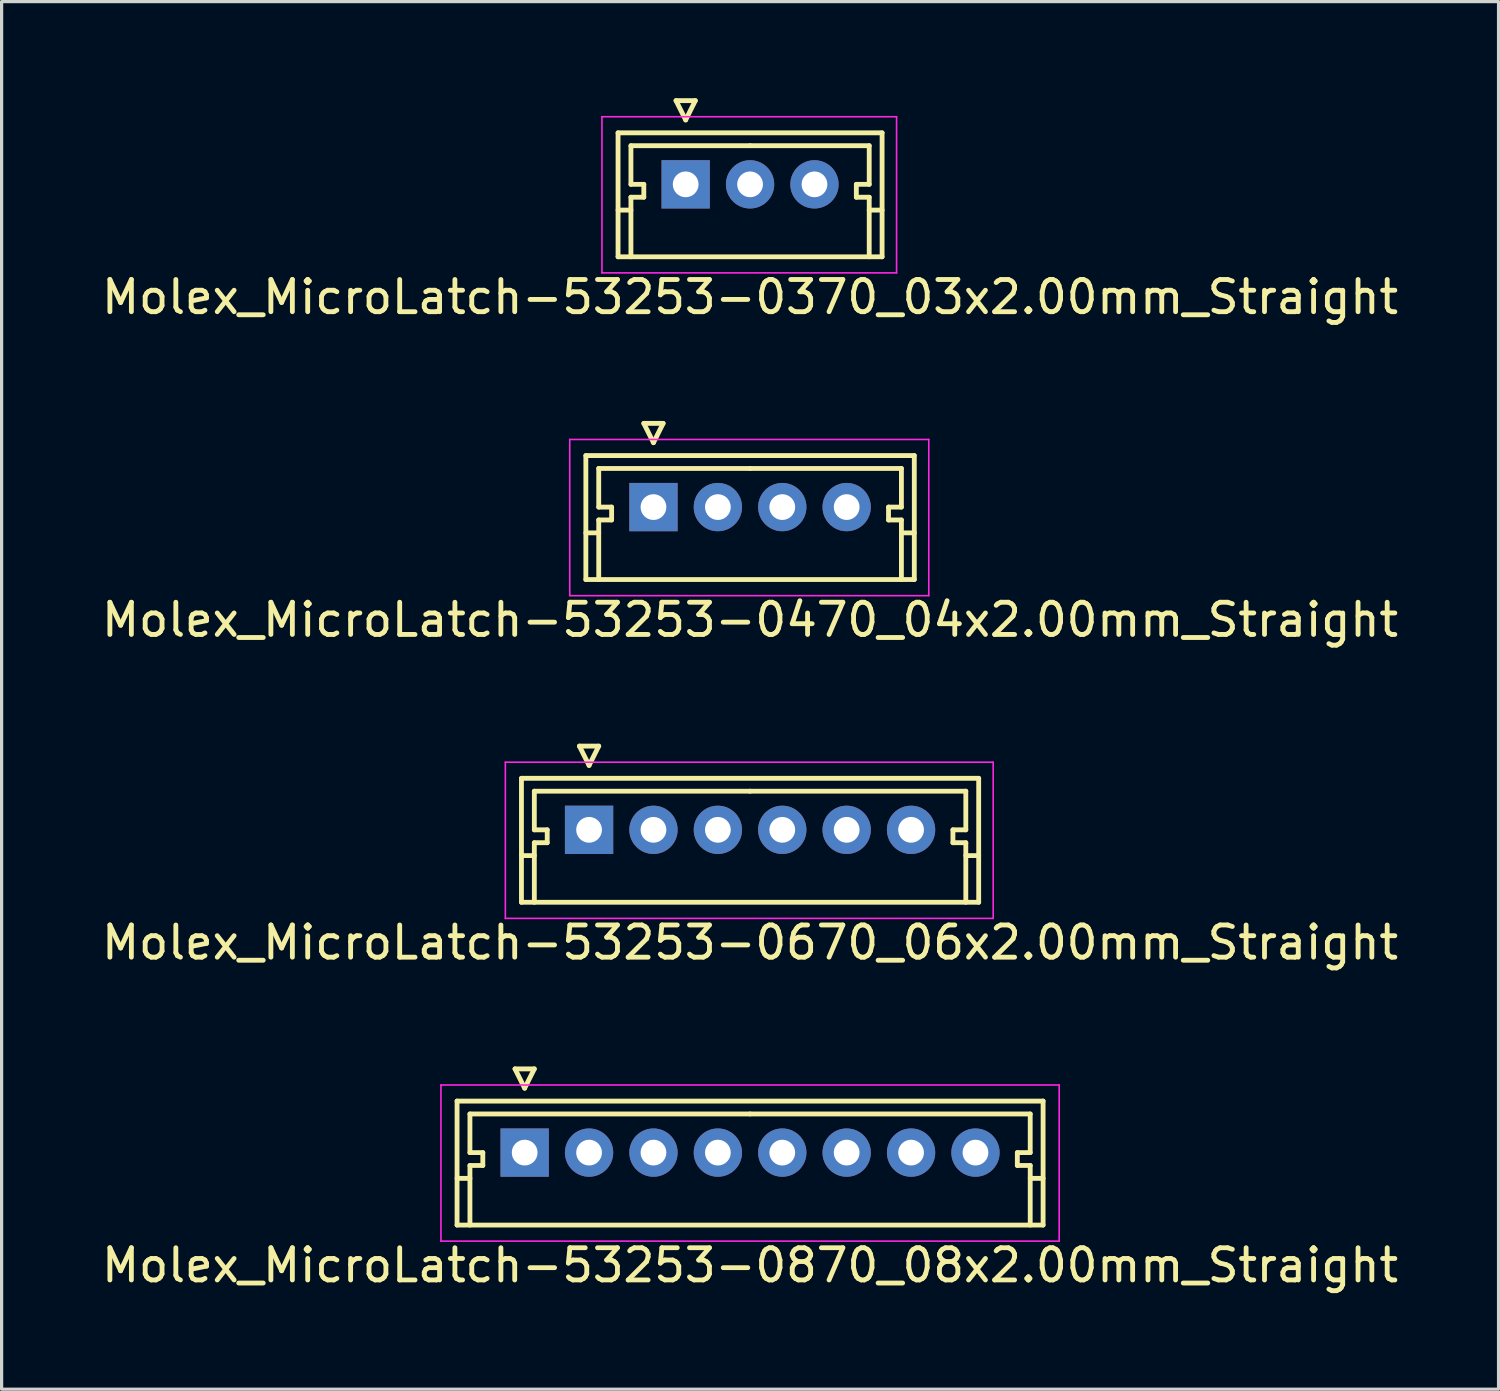
<source format=kicad_pcb>
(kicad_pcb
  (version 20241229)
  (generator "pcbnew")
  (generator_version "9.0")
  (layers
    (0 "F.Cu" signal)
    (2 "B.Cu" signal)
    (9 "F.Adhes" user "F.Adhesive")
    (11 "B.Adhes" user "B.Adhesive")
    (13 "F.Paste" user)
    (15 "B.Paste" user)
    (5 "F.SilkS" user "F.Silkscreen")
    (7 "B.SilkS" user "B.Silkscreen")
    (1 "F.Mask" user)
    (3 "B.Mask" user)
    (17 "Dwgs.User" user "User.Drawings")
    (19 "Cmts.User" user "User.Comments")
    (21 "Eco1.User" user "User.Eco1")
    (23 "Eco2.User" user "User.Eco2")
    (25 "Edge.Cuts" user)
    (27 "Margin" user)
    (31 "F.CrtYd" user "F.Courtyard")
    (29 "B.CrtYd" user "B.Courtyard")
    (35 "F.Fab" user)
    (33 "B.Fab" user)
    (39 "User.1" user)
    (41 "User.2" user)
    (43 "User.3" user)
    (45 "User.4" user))
  (footprint "Molex_MicroLatch-53253-0870_08x2.00mm_Straight"
    (layer "F.Cu")
    (at 13.244 32.745)
    (property "Reference" "Molex_MicroLatch-53253-0870_08x2.00mm_Straight" (at 7 3.5 0) (layer "F.SilkS") (effects (font (size 1 1) (thickness 0.15))))
    (attr through_hole)
    (fp_line (start -2.1 -1.6) (end -2.1 2.25) (stroke (width 0.15) (type solid)) (layer "F.SilkS"))
    (fp_line (start -2.1 0.8) (end -1.7 0.8) (stroke (width 0.15) (type solid)) (layer "F.SilkS"))
    (fp_line (start -2.1 2.25) (end 16.1 2.25) (stroke (width 0.15) (type solid)) (layer "F.SilkS"))
    (fp_line (start -1.7 -1.2) (end -1.7 0) (stroke (width 0.15) (type solid)) (layer "F.SilkS"))
    (fp_line (start -1.7 0) (end -1.3 0) (stroke (width 0.15) (type solid)) (layer "F.SilkS"))
    (fp_line (start -1.7 0.4) (end -1.7 2.25) (stroke (width 0.15) (type solid)) (layer "F.SilkS"))
    (fp_line (start -1.3 0) (end -1.3 0.4) (stroke (width 0.15) (type solid)) (layer "F.SilkS"))
    (fp_line (start -1.3 0.4) (end -1.7 0.4) (stroke (width 0.15) (type solid)) (layer "F.SilkS"))
    (fp_line (start -0.3 -2.6) (end 0.3 -2.6) (stroke (width 0.15) (type solid)) (layer "F.SilkS"))
    (fp_line (start 0 -2) (end -0.3 -2.6) (stroke (width 0.15) (type solid)) (layer "F.SilkS"))
    (fp_line (start 0.3 -2.6) (end 0 -2) (stroke (width 0.15) (type solid)) (layer "F.SilkS"))
    (fp_line (start 7 -1.2) (end -1.7 -1.2) (stroke (width 0.15) (type solid)) (layer "F.SilkS"))
    (fp_line (start 7 -1.2) (end 15.7 -1.2) (stroke (width 0.15) (type solid)) (layer "F.SilkS"))
    (fp_line (start 15.3 0) (end 15.3 0.4) (stroke (width 0.15) (type solid)) (layer "F.SilkS"))
    (fp_line (start 15.3 0.4) (end 15.7 0.4) (stroke (width 0.15) (type solid)) (layer "F.SilkS"))
    (fp_line (start 15.7 -1.2) (end 15.7 0) (stroke (width 0.15) (type solid)) (layer "F.SilkS"))
    (fp_line (start 15.7 0) (end 15.3 0) (stroke (width 0.15) (type solid)) (layer "F.SilkS"))
    (fp_line (start 15.7 0.4) (end 15.7 2.25) (stroke (width 0.15) (type solid)) (layer "F.SilkS"))
    (fp_line (start 16.1 -1.6) (end -2.1 -1.6) (stroke (width 0.15) (type solid)) (layer "F.SilkS"))
    (fp_line (start 16.1 0.8) (end 15.7 0.8) (stroke (width 0.15) (type solid)) (layer "F.SilkS"))
    (fp_line (start 16.1 2.25) (end 16.1 -1.6) (stroke (width 0.15) (type solid)) (layer "F.SilkS"))
    (fp_line (start -2.6 -2.1) (end -2.6 2.75) (stroke (width 0.05) (type solid)) (layer "F.CrtYd"))
    (fp_line (start -2.6 2.75) (end 16.6 2.75) (stroke (width 0.05) (type solid)) (layer "F.CrtYd"))
    (fp_line (start 16.6 -2.1) (end -2.6 -2.1) (stroke (width 0.05) (type solid)) (layer "F.CrtYd"))
    (fp_line (start 16.6 2.75) (end 16.6 -2.1) (stroke (width 0.05) (type solid)) (layer "F.CrtYd"))
    (pad "1" thru_hole rect (at 0 0) (size 1.5 1.5) (drill 0.8) (layers "*.Cu" "*.Mask"))
    (pad "2" thru_hole circle (at 2 0) (size 1.5 1.5) (drill 0.8) (layers "*.Cu" "*.Mask"))
    (pad "3" thru_hole circle (at 4 0) (size 1.5 1.5) (drill 0.8) (layers "*.Cu" "*.Mask"))
    (pad "4" thru_hole circle (at 6 0) (size 1.5 1.5) (drill 0.8) (layers "*.Cu" "*.Mask"))
    (pad "5" thru_hole circle (at 8 0) (size 1.5 1.5) (drill 0.8) (layers "*.Cu" "*.Mask"))
    (pad "6" thru_hole circle (at 10 0) (size 1.5 1.5) (drill 0.8) (layers "*.Cu" "*.Mask"))
    (pad "7" thru_hole circle (at 12 0) (size 1.5 1.5) (drill 0.8) (layers "*.Cu" "*.Mask"))
    (pad "8" thru_hole circle (at 14 0) (size 1.5 1.5) (drill 0.8) (layers "*.Cu" "*.Mask")))
  (footprint "Molex_MicroLatch-53253-0370_03x2.00mm_Straight"
    (layer "F.Cu")
    (at 18.244 2.675)
    (property "Reference" "Molex_MicroLatch-53253-0370_03x2.00mm_Straight" (at 2 3.5 0) (layer "F.SilkS") (effects (font (size 1 1) (thickness 0.15))))
    (attr through_hole)
    (fp_line (start -2.1 -1.6) (end -2.1 2.25) (stroke (width 0.15) (type solid)) (layer "F.SilkS"))
    (fp_line (start -2.1 0.8) (end -1.7 0.8) (stroke (width 0.15) (type solid)) (layer "F.SilkS"))
    (fp_line (start -2.1 2.25) (end 6.1 2.25) (stroke (width 0.15) (type solid)) (layer "F.SilkS"))
    (fp_line (start -1.7 -1.2) (end -1.7 0) (stroke (width 0.15) (type solid)) (layer "F.SilkS"))
    (fp_line (start -1.7 0) (end -1.3 0) (stroke (width 0.15) (type solid)) (layer "F.SilkS"))
    (fp_line (start -1.7 0.4) (end -1.7 2.25) (stroke (width 0.15) (type solid)) (layer "F.SilkS"))
    (fp_line (start -1.3 0) (end -1.3 0.4) (stroke (width 0.15) (type solid)) (layer "F.SilkS"))
    (fp_line (start -1.3 0.4) (end -1.7 0.4) (stroke (width 0.15) (type solid)) (layer "F.SilkS"))
    (fp_line (start -0.3 -2.6) (end 0.3 -2.6) (stroke (width 0.15) (type solid)) (layer "F.SilkS"))
    (fp_line (start 0 -2) (end -0.3 -2.6) (stroke (width 0.15) (type solid)) (layer "F.SilkS"))
    (fp_line (start 0.3 -2.6) (end 0 -2) (stroke (width 0.15) (type solid)) (layer "F.SilkS"))
    (fp_line (start 2 -1.2) (end -1.7 -1.2) (stroke (width 0.15) (type solid)) (layer "F.SilkS"))
    (fp_line (start 2 -1.2) (end 5.7 -1.2) (stroke (width 0.15) (type solid)) (layer "F.SilkS"))
    (fp_line (start 5.3 0) (end 5.3 0.4) (stroke (width 0.15) (type solid)) (layer "F.SilkS"))
    (fp_line (start 5.3 0.4) (end 5.7 0.4) (stroke (width 0.15) (type solid)) (layer "F.SilkS"))
    (fp_line (start 5.7 -1.2) (end 5.7 0) (stroke (width 0.15) (type solid)) (layer "F.SilkS"))
    (fp_line (start 5.7 0) (end 5.3 0) (stroke (width 0.15) (type solid)) (layer "F.SilkS"))
    (fp_line (start 5.7 0.4) (end 5.7 2.25) (stroke (width 0.15) (type solid)) (layer "F.SilkS"))
    (fp_line (start 6.1 -1.6) (end -2.1 -1.6) (stroke (width 0.15) (type solid)) (layer "F.SilkS"))
    (fp_line (start 6.1 0.8) (end 5.7 0.8) (stroke (width 0.15) (type solid)) (layer "F.SilkS"))
    (fp_line (start 6.1 2.25) (end 6.1 -1.6) (stroke (width 0.15) (type solid)) (layer "F.SilkS"))
    (fp_line (start -2.6 -2.1) (end -2.6 2.75) (stroke (width 0.05) (type solid)) (layer "F.CrtYd"))
    (fp_line (start -2.6 2.75) (end 6.55 2.75) (stroke (width 0.05) (type solid)) (layer "F.CrtYd"))
    (fp_line (start 6.55 -2.1) (end -2.6 -2.1) (stroke (width 0.05) (type solid)) (layer "F.CrtYd"))
    (fp_line (start 6.55 2.75) (end 6.55 -2.1) (stroke (width 0.05) (type solid)) (layer "F.CrtYd"))
    (pad "1" thru_hole rect (at 0 0) (size 1.5 1.5) (drill 0.8) (layers "*.Cu" "*.Mask"))
    (pad "2" thru_hole circle (at 2 0) (size 1.5 1.5) (drill 0.8) (layers "*.Cu" "*.Mask"))
    (pad "3" thru_hole circle (at 4 0) (size 1.5 1.5) (drill 0.8) (layers "*.Cu" "*.Mask")))
  (footprint "Molex_MicroLatch-53253-0470_04x2.00mm_Straight"
    (layer "F.Cu")
    (at 17.244 12.698)
    (property "Reference" "Molex_MicroLatch-53253-0470_04x2.00mm_Straight" (at 3 3.5 0) (layer "F.SilkS") (effects (font (size 1 1) (thickness 0.15))))
    (attr through_hole)
    (fp_line (start -2.1 -1.6) (end -2.1 2.25) (stroke (width 0.15) (type solid)) (layer "F.SilkS"))
    (fp_line (start -2.1 0.8) (end -1.7 0.8) (stroke (width 0.15) (type solid)) (layer "F.SilkS"))
    (fp_line (start -2.1 2.25) (end 8.1 2.25) (stroke (width 0.15) (type solid)) (layer "F.SilkS"))
    (fp_line (start -1.7 -1.2) (end -1.7 0) (stroke (width 0.15) (type solid)) (layer "F.SilkS"))
    (fp_line (start -1.7 0) (end -1.3 0) (stroke (width 0.15) (type solid)) (layer "F.SilkS"))
    (fp_line (start -1.7 0.4) (end -1.7 2.25) (stroke (width 0.15) (type solid)) (layer "F.SilkS"))
    (fp_line (start -1.3 0) (end -1.3 0.4) (stroke (width 0.15) (type solid)) (layer "F.SilkS"))
    (fp_line (start -1.3 0.4) (end -1.7 0.4) (stroke (width 0.15) (type solid)) (layer "F.SilkS"))
    (fp_line (start -0.3 -2.6) (end 0.3 -2.6) (stroke (width 0.15) (type solid)) (layer "F.SilkS"))
    (fp_line (start 0 -2) (end -0.3 -2.6) (stroke (width 0.15) (type solid)) (layer "F.SilkS"))
    (fp_line (start 0.3 -2.6) (end 0 -2) (stroke (width 0.15) (type solid)) (layer "F.SilkS"))
    (fp_line (start 3 -1.2) (end -1.7 -1.2) (stroke (width 0.15) (type solid)) (layer "F.SilkS"))
    (fp_line (start 3 -1.2) (end 7.7 -1.2) (stroke (width 0.15) (type solid)) (layer "F.SilkS"))
    (fp_line (start 7.3 0) (end 7.3 0.4) (stroke (width 0.15) (type solid)) (layer "F.SilkS"))
    (fp_line (start 7.3 0.4) (end 7.7 0.4) (stroke (width 0.15) (type solid)) (layer "F.SilkS"))
    (fp_line (start 7.7 -1.2) (end 7.7 0) (stroke (width 0.15) (type solid)) (layer "F.SilkS"))
    (fp_line (start 7.7 0) (end 7.3 0) (stroke (width 0.15) (type solid)) (layer "F.SilkS"))
    (fp_line (start 7.7 0.4) (end 7.7 2.25) (stroke (width 0.15) (type solid)) (layer "F.SilkS"))
    (fp_line (start 8.1 -1.6) (end -2.1 -1.6) (stroke (width 0.15) (type solid)) (layer "F.SilkS"))
    (fp_line (start 8.1 0.8) (end 7.7 0.8) (stroke (width 0.15) (type solid)) (layer "F.SilkS"))
    (fp_line (start 8.1 2.25) (end 8.1 -1.6) (stroke (width 0.15) (type solid)) (layer "F.SilkS"))
    (fp_line (start -2.6 -2.1) (end -2.6 2.75) (stroke (width 0.05) (type solid)) (layer "F.CrtYd"))
    (fp_line (start -2.6 2.75) (end 8.55 2.75) (stroke (width 0.05) (type solid)) (layer "F.CrtYd"))
    (fp_line (start 8.55 -2.1) (end -2.6 -2.1) (stroke (width 0.05) (type solid)) (layer "F.CrtYd"))
    (fp_line (start 8.55 2.75) (end 8.55 -2.1) (stroke (width 0.05) (type solid)) (layer "F.CrtYd"))
    (pad "1" thru_hole rect (at 0 0) (size 1.5 1.5) (drill 0.8) (layers "*.Cu" "*.Mask"))
    (pad "2" thru_hole circle (at 2 0) (size 1.5 1.5) (drill 0.8) (layers "*.Cu" "*.Mask"))
    (pad "3" thru_hole circle (at 4 0) (size 1.5 1.5) (drill 0.8) (layers "*.Cu" "*.Mask"))
    (pad "4" thru_hole circle (at 6 0) (size 1.5 1.5) (drill 0.8) (layers "*.Cu" "*.Mask")))
  (footprint "Molex_MicroLatch-53253-0670_06x2.00mm_Straight"
    (layer "F.Cu")
    (at 15.244 22.721)
    (property "Reference" "Molex_MicroLatch-53253-0670_06x2.00mm_Straight" (at 5 3.5 0) (layer "F.SilkS") (effects (font (size 1 1) (thickness 0.15))))
    (attr through_hole)
    (fp_line (start -2.1 -1.6) (end -2.1 2.25) (stroke (width 0.15) (type solid)) (layer "F.SilkS"))
    (fp_line (start -2.1 0.8) (end -1.7 0.8) (stroke (width 0.15) (type solid)) (layer "F.SilkS"))
    (fp_line (start -2.1 2.25) (end 12.1 2.25) (stroke (width 0.15) (type solid)) (layer "F.SilkS"))
    (fp_line (start -1.7 -1.2) (end -1.7 0) (stroke (width 0.15) (type solid)) (layer "F.SilkS"))
    (fp_line (start -1.7 0) (end -1.3 0) (stroke (width 0.15) (type solid)) (layer "F.SilkS"))
    (fp_line (start -1.7 0.4) (end -1.7 2.25) (stroke (width 0.15) (type solid)) (layer "F.SilkS"))
    (fp_line (start -1.3 0) (end -1.3 0.4) (stroke (width 0.15) (type solid)) (layer "F.SilkS"))
    (fp_line (start -1.3 0.4) (end -1.7 0.4) (stroke (width 0.15) (type solid)) (layer "F.SilkS"))
    (fp_line (start -0.3 -2.6) (end 0.3 -2.6) (stroke (width 0.15) (type solid)) (layer "F.SilkS"))
    (fp_line (start 0 -2) (end -0.3 -2.6) (stroke (width 0.15) (type solid)) (layer "F.SilkS"))
    (fp_line (start 0.3 -2.6) (end 0 -2) (stroke (width 0.15) (type solid)) (layer "F.SilkS"))
    (fp_line (start 5 -1.2) (end -1.7 -1.2) (stroke (width 0.15) (type solid)) (layer "F.SilkS"))
    (fp_line (start 5 -1.2) (end 11.7 -1.2) (stroke (width 0.15) (type solid)) (layer "F.SilkS"))
    (fp_line (start 11.3 0) (end 11.3 0.4) (stroke (width 0.15) (type solid)) (layer "F.SilkS"))
    (fp_line (start 11.3 0.4) (end 11.7 0.4) (stroke (width 0.15) (type solid)) (layer "F.SilkS"))
    (fp_line (start 11.7 -1.2) (end 11.7 0) (stroke (width 0.15) (type solid)) (layer "F.SilkS"))
    (fp_line (start 11.7 0) (end 11.3 0) (stroke (width 0.15) (type solid)) (layer "F.SilkS"))
    (fp_line (start 11.7 0.4) (end 11.7 2.25) (stroke (width 0.15) (type solid)) (layer "F.SilkS"))
    (fp_line (start 12.1 -1.6) (end -2.1 -1.6) (stroke (width 0.15) (type solid)) (layer "F.SilkS"))
    (fp_line (start 12.1 0.8) (end 11.7 0.8) (stroke (width 0.15) (type solid)) (layer "F.SilkS"))
    (fp_line (start 12.1 2.25) (end 12.1 -1.6) (stroke (width 0.15) (type solid)) (layer "F.SilkS"))
    (fp_line (start -2.6 -2.1) (end -2.6 2.75) (stroke (width 0.05) (type solid)) (layer "F.CrtYd"))
    (fp_line (start -2.6 2.75) (end 12.55 2.75) (stroke (width 0.05) (type solid)) (layer "F.CrtYd"))
    (fp_line (start 12.55 -2.1) (end -2.6 -2.1) (stroke (width 0.05) (type solid)) (layer "F.CrtYd"))
    (fp_line (start 12.55 2.75) (end 12.55 -2.1) (stroke (width 0.05) (type solid)) (layer "F.CrtYd"))
    (pad "1" thru_hole rect (at 0 0) (size 1.5 1.5) (drill 0.8) (layers "*.Cu" "*.Mask"))
    (pad "2" thru_hole circle (at 2 0) (size 1.5 1.5) (drill 0.8) (layers "*.Cu" "*.Mask"))
    (pad "3" thru_hole circle (at 4 0) (size 1.5 1.5) (drill 0.8) (layers "*.Cu" "*.Mask"))
    (pad "4" thru_hole circle (at 6 0) (size 1.5 1.5) (drill 0.8) (layers "*.Cu" "*.Mask"))
    (pad "5" thru_hole circle (at 8 0) (size 1.5 1.5) (drill 0.8) (layers "*.Cu" "*.Mask"))
    (pad "6" thru_hole circle (at 10 0) (size 1.5 1.5) (drill 0.8) (layers "*.Cu" "*.Mask")))
  (gr_rect
    (start -3 -3)
    (end 43.488 40.093)
    (stroke (width 0.1) (type default))
    (fill no)
    (layer "Edge.Cuts")))
</source>
